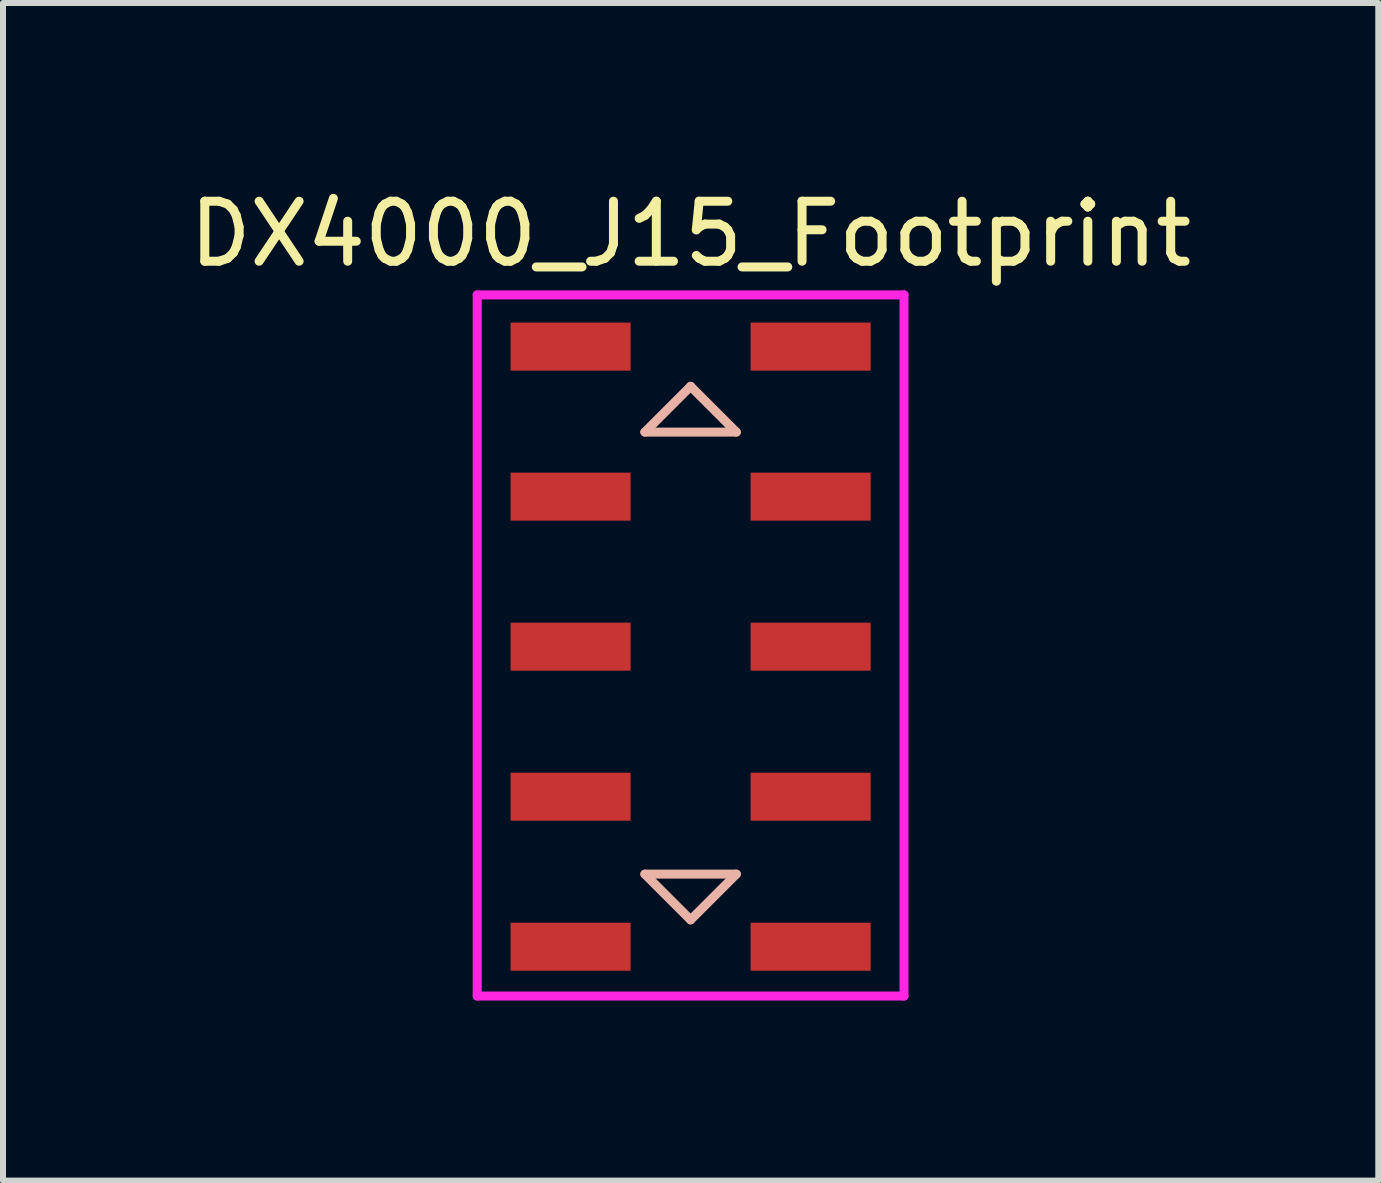
<source format=kicad_pcb>
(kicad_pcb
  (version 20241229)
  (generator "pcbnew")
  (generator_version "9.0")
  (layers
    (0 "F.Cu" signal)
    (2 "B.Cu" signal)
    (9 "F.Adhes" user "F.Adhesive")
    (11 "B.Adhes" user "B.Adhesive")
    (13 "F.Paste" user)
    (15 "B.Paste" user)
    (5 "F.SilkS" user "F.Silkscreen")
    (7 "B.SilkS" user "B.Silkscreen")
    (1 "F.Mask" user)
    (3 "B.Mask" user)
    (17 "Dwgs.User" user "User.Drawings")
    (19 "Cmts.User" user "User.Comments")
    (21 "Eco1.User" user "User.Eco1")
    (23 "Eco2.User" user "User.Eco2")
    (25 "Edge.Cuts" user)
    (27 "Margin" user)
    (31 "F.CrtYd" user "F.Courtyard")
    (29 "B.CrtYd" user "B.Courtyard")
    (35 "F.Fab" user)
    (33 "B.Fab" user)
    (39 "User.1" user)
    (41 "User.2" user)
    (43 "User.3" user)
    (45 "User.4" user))
  (footprint "DX4000_J15_Footprint"
    (layer "F.Cu")
    (at 8.458 7.706)
    (property "Reference" "DX4000_J15_Footprint" (at 0 -6.858 0) (layer "F.SilkS") (effects (font (size 1 1) (thickness 0.15))))
    (attr through_hole)
    (fp_line (start -0.762 -3.556) (end 0.762 -3.556) (stroke (width 0.15) (type solid)) (layer "B.SilkS"))
    (fp_line (start -0.762 3.81) (end 0 4.572) (stroke (width 0.15) (type solid)) (layer "B.SilkS"))
    (fp_line (start 0 -4.318) (end -0.762 -3.556) (stroke (width 0.15) (type solid)) (layer "B.SilkS"))
    (fp_line (start 0 4.572) (end 0.762 3.81) (stroke (width 0.15) (type solid)) (layer "B.SilkS"))
    (fp_line (start 0.762 -3.556) (end 0 -4.318) (stroke (width 0.15) (type solid)) (layer "B.SilkS"))
    (fp_line (start 0.762 3.81) (end -0.762 3.81) (stroke (width 0.15) (type solid)) (layer "B.SilkS"))
    (fp_line (start -3.556 -5.842) (end -3.556 5.842) (stroke (width 0.15) (type solid)) (layer "F.CrtYd"))
    (fp_line (start -3.556 5.842) (end 3.556 5.842) (stroke (width 0.15) (type solid)) (layer "F.CrtYd"))
    (fp_line (start 3.556 -5.842) (end -3.556 -5.842) (stroke (width 0.15) (type solid)) (layer "F.CrtYd"))
    (fp_line (start 3.556 5.842) (end 3.556 -5.842) (stroke (width 0.15) (type solid)) (layer "F.CrtYd"))
    (pad "1" smd rect (at 2 -4.98) (size 2 0.8) (layers "F.Cu" "F.Mask" "F.Paste"))
    (pad "2" smd rect (at -2 -4.98) (size 2 0.8) (layers "F.Cu" "F.Mask" "F.Paste"))
    (pad "3" smd rect (at 2 -2.48) (size 2 0.8) (layers "F.Cu" "F.Mask" "F.Paste"))
    (pad "4" smd rect (at -2 -2.48) (size 2 0.8) (layers "F.Cu" "F.Mask" "F.Paste"))
    (pad "5" smd rect (at 2 0.02) (size 2 0.8) (layers "F.Cu" "F.Mask" "F.Paste"))
    (pad "6" smd rect (at -2 0.02) (size 2 0.8) (layers "F.Cu" "F.Mask" "F.Paste"))
    (pad "7" smd rect (at 2 2.52) (size 2 0.8) (layers "F.Cu" "F.Mask" "F.Paste"))
    (pad "8" smd rect (at -2 2.52) (size 2 0.8) (layers "F.Cu" "F.Mask" "F.Paste"))
    (pad "9" smd rect (at 2 5.02) (size 2 0.8) (layers "F.Cu" "F.Mask" "F.Paste"))
    (pad "10" smd rect (at -2 5.02) (size 2 0.8) (layers "F.Cu" "F.Mask" "F.Paste")))
  (gr_rect
    (start -3 -3)
    (end 19.917 16.623)
    (stroke (width 0.1) (type default))
    (fill no)
    (layer "Edge.Cuts")))
</source>
